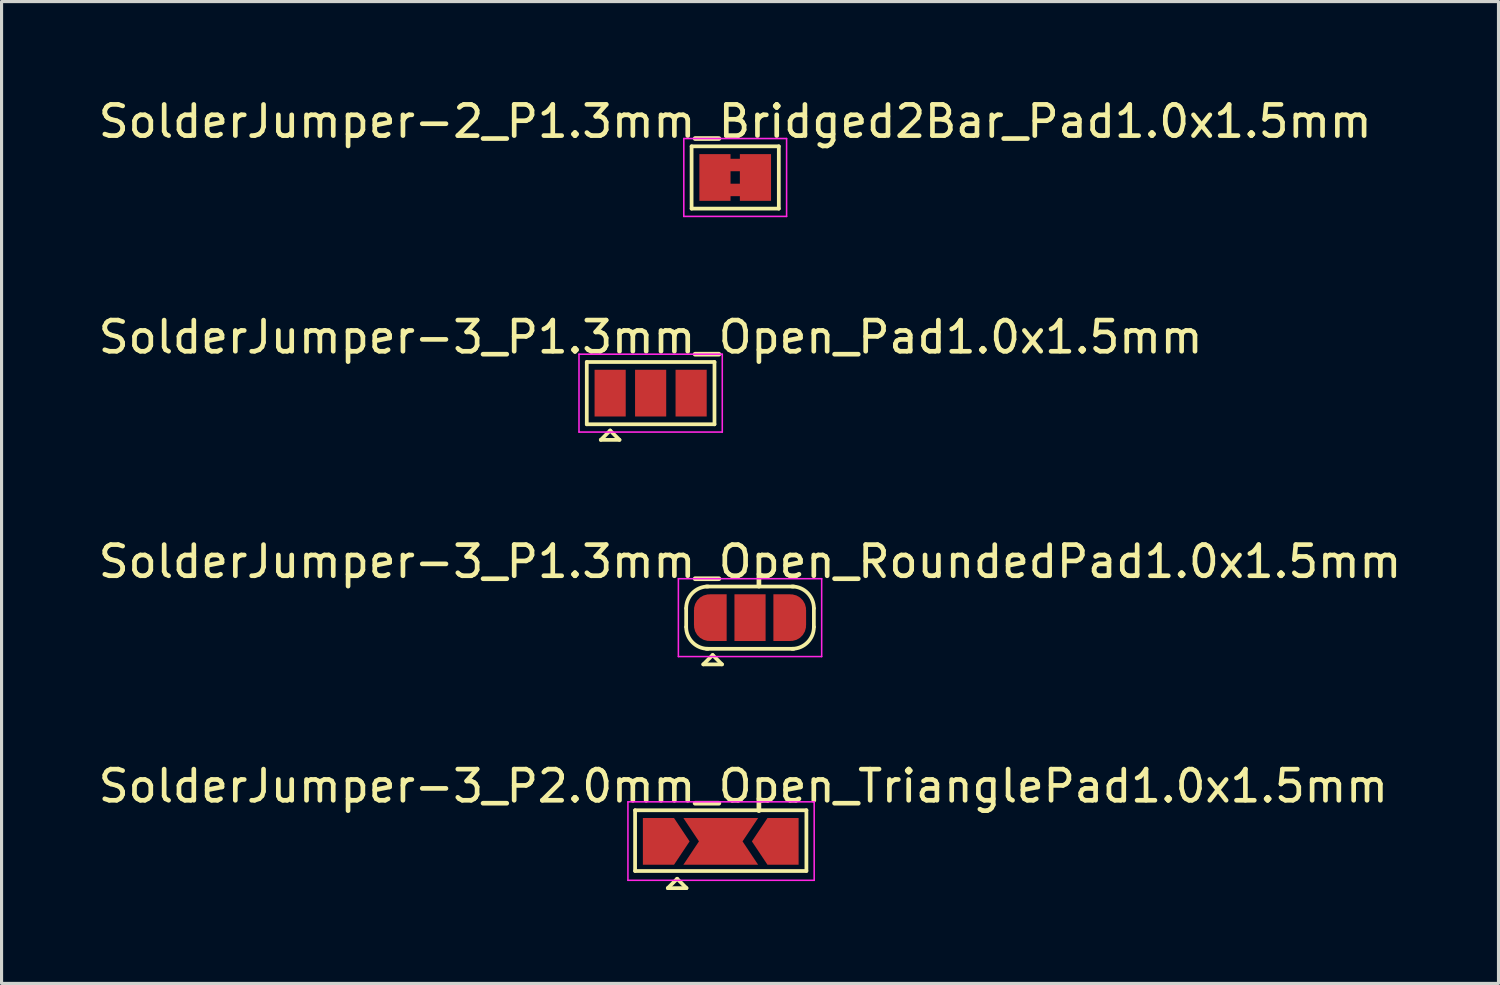
<source format=kicad_pcb>
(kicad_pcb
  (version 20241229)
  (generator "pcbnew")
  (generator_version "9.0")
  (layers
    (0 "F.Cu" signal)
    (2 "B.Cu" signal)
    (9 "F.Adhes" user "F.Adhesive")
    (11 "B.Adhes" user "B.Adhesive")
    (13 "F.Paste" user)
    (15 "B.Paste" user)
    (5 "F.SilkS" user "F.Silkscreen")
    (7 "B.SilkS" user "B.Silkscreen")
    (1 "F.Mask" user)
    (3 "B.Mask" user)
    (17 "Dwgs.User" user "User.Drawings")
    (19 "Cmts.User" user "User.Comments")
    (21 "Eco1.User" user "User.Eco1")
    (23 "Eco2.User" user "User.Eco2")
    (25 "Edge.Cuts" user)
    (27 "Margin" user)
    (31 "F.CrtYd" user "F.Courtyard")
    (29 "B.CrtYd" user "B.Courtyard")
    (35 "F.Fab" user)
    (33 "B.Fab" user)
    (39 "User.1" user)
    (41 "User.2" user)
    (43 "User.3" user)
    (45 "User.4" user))
  (footprint "SolderJumper-2_P1.3mm_Bridged2Bar_Pad1.0x1.5mm"
    (layer "F.Cu")
    (at 20.554 2.648)
    (property "Reference" "SolderJumper-2_P1.3mm_Bridged2Bar_Pad1.0x1.5mm" (at 0 -1.8 0) (layer "F.SilkS") (effects (font (size 1 1) (thickness 0.15))))
    (attr exclude_from_pos_files exclude_from_bom)
    (fp_poly (pts (xy -0.25 -0.6) (xy 0.25 -0.6) (xy 0.25 -0.2) (xy -0.25 -0.2)) (stroke (width 0) (type solid)) (fill yes) (layer "F.Cu"))
    (fp_poly (pts (xy -0.25 0.2) (xy 0.25 0.2) (xy 0.25 0.6) (xy -0.25 0.6)) (stroke (width 0) (type solid)) (fill yes) (layer "F.Cu"))
    (fp_line (start -1.4 -1) (end 1.4 -1) (stroke (width 0.12) (type solid)) (layer "F.SilkS"))
    (fp_line (start -1.4 1) (end -1.4 -1) (stroke (width 0.12) (type solid)) (layer "F.SilkS"))
    (fp_line (start 1.4 -1) (end 1.4 1) (stroke (width 0.12) (type solid)) (layer "F.SilkS"))
    (fp_line (start 1.4 1) (end -1.4 1) (stroke (width 0.12) (type solid)) (layer "F.SilkS"))
    (fp_line (start -1.65 -1.25) (end -1.65 1.25) (stroke (width 0.05) (type solid)) (layer "F.CrtYd"))
    (fp_line (start -1.65 -1.25) (end 1.65 -1.25) (stroke (width 0.05) (type solid)) (layer "F.CrtYd"))
    (fp_line (start 1.65 1.25) (end -1.65 1.25) (stroke (width 0.05) (type solid)) (layer "F.CrtYd"))
    (fp_line (start 1.65 1.25) (end 1.65 -1.25) (stroke (width 0.05) (type solid)) (layer "F.CrtYd"))
    (pad "1" smd rect (at -0.65 0) (size 1 1.5) (layers "F.Cu" "F.Mask"))
    (pad "2" smd rect (at 0.65 0) (size 1 1.5) (layers "F.Cu" "F.Mask")))
  (footprint "SolderJumper-3_P1.3mm_Open_RoundedPad1.0x1.5mm"
    (layer "F.Cu")
    (at 21.03 16.78)
    (property "Reference" "SolderJumper-3_P1.3mm_Open_RoundedPad1.0x1.5mm" (at 0 -1.8 0) (layer "F.SilkS") (effects (font (size 1 1) (thickness 0.15))))
    (attr exclude_from_pos_files exclude_from_bom)
    (fp_line (start -2.05 0.3) (end -2.05 -0.3) (stroke (width 0.12) (type solid)) (layer "F.SilkS"))
    (fp_line (start -1.5 1.5) (end -0.9 1.5) (stroke (width 0.12) (type solid)) (layer "F.SilkS"))
    (fp_line (start -1.4 -1) (end 1.4 -1) (stroke (width 0.12) (type solid)) (layer "F.SilkS"))
    (fp_line (start -1.2 1.2) (end -1.5 1.5) (stroke (width 0.12) (type solid)) (layer "F.SilkS"))
    (fp_line (start -1.2 1.2) (end -0.9 1.5) (stroke (width 0.12) (type solid)) (layer "F.SilkS"))
    (fp_line (start 1.4 1) (end -1.4 1) (stroke (width 0.12) (type solid)) (layer "F.SilkS"))
    (fp_line (start 2.05 -0.3) (end 2.05 0.3) (stroke (width 0.12) (type solid)) (layer "F.SilkS"))
    (fp_arc (start -2.05 -0.3) (mid -1.844975 -0.794975) (end -1.35 -1) (stroke (width 0.12) (type solid)) (layer "F.SilkS"))
    (fp_arc (start -1.35 1) (mid -1.844975 0.794975) (end -2.05 0.3) (stroke (width 0.12) (type solid)) (layer "F.SilkS"))
    (fp_arc (start 1.35 -1) (mid 1.844975 -0.794975) (end 2.05 -0.3) (stroke (width 0.12) (type solid)) (layer "F.SilkS"))
    (fp_arc (start 2.05 0.3) (mid 1.844975 0.794975) (end 1.35 1) (stroke (width 0.12) (type solid)) (layer "F.SilkS"))
    (fp_line (start -2.3 -1.25) (end -2.3 1.25) (stroke (width 0.05) (type solid)) (layer "F.CrtYd"))
    (fp_line (start -2.3 -1.25) (end 2.3 -1.25) (stroke (width 0.05) (type solid)) (layer "F.CrtYd"))
    (fp_line (start 2.3 1.25) (end -2.3 1.25) (stroke (width 0.05) (type solid)) (layer "F.CrtYd"))
    (fp_line (start 2.3 1.25) (end 2.3 -1.25) (stroke (width 0.05) (type solid)) (layer "F.CrtYd"))
    (pad "1" smd custom (at -1.3 0) (size 1 0.5) (layers "F.Cu" "F.Mask") (options (anchor rect)) (primitives (gr_circle (center 0 0.25) (end 0.5 0.25) (width 0) (fill yes)) (gr_circle (center 0 -0.25) (end 0.5 -0.25) (width 0) (fill yes)) (gr_poly (pts (xy 0.55 0.75) (xy 0 0.75) (xy 0 -0.75) (xy 0.55 -0.75)) (width 0) (fill yes))))
    (pad "2" smd rect (at 0 0) (size 1 1.5) (layers "F.Cu" "F.Mask"))
    (pad "3" smd custom (at 1.3 0) (size 1 0.5) (layers "F.Cu" "F.Mask") (options (anchor rect)) (primitives (gr_circle (center 0 0.25) (end 0.5 0.25) (width 0) (fill yes)) (gr_circle (center 0 -0.25) (end 0.5 -0.25) (width 0) (fill yes)) (gr_poly (pts (xy 0 0.75) (xy -0.55 0.75) (xy -0.55 -0.75) (xy 0 -0.75)) (width 0) (fill yes)))))
  (footprint "SolderJumper-3_P1.3mm_Open_Pad1.0x1.5mm"
    (layer "F.Cu")
    (at 17.839 9.572)
    (property "Reference" "SolderJumper-3_P1.3mm_Open_Pad1.0x1.5mm" (at 0 -1.8 0) (layer "F.SilkS") (effects (font (size 1 1) (thickness 0.15))))
    (attr exclude_from_pos_files exclude_from_bom)
    (fp_line (start -2.05 -1) (end 2.05 -1) (stroke (width 0.12) (type solid)) (layer "F.SilkS"))
    (fp_line (start -2.05 1) (end -2.05 -1) (stroke (width 0.12) (type solid)) (layer "F.SilkS"))
    (fp_line (start -1.6 1.5) (end -1 1.5) (stroke (width 0.12) (type solid)) (layer "F.SilkS"))
    (fp_line (start -1.3 1.2) (end -1.6 1.5) (stroke (width 0.12) (type solid)) (layer "F.SilkS"))
    (fp_line (start -1.3 1.2) (end -1 1.5) (stroke (width 0.12) (type solid)) (layer "F.SilkS"))
    (fp_line (start 2.05 -1) (end 2.05 1) (stroke (width 0.12) (type solid)) (layer "F.SilkS"))
    (fp_line (start 2.05 1) (end -2.05 1) (stroke (width 0.12) (type solid)) (layer "F.SilkS"))
    (fp_line (start -2.3 -1.25) (end -2.3 1.25) (stroke (width 0.05) (type solid)) (layer "F.CrtYd"))
    (fp_line (start -2.3 -1.25) (end 2.3 -1.25) (stroke (width 0.05) (type solid)) (layer "F.CrtYd"))
    (fp_line (start 2.3 1.25) (end -2.3 1.25) (stroke (width 0.05) (type solid)) (layer "F.CrtYd"))
    (fp_line (start 2.3 1.25) (end 2.3 -1.25) (stroke (width 0.05) (type solid)) (layer "F.CrtYd"))
    (pad "1" smd rect (at -1.3 0) (size 1 1.5) (layers "F.Cu" "F.Mask"))
    (pad "2" smd rect (at 0 0) (size 1 1.5) (layers "F.Cu" "F.Mask"))
    (pad "3" smd rect (at 1.3 0) (size 1 1.5) (layers "F.Cu" "F.Mask")))
  (footprint "SolderJumper-3_P2.0mm_Open_TrianglePad1.0x1.5mm"
    (layer "F.Cu")
    (at 20.09 23.963)
    (property "Reference" "SolderJumper-3_P2.0mm_Open_TrianglePad1.0x1.5mm" (at 0.725 -1.775 0) (layer "F.SilkS") (effects (font (size 1 1) (thickness 0.15))))
    (attr exclude_from_pos_files exclude_from_bom)
    (fp_line (start -2.75 -1) (end 2.75 -1) (stroke (width 0.12) (type solid)) (layer "F.SilkS"))
    (fp_line (start -2.75 0.95) (end -2.75 -1) (stroke (width 0.12) (type solid)) (layer "F.SilkS"))
    (fp_line (start -1.7 1.5) (end -1.1 1.5) (stroke (width 0.12) (type solid)) (layer "F.SilkS"))
    (fp_line (start -1.4 1.2) (end -1.7 1.5) (stroke (width 0.12) (type solid)) (layer "F.SilkS"))
    (fp_line (start -1.1 1.5) (end -1.4 1.2) (stroke (width 0.12) (type solid)) (layer "F.SilkS"))
    (fp_line (start 2.75 -1) (end 2.75 0.95) (stroke (width 0.12) (type solid)) (layer "F.SilkS"))
    (fp_line (start 2.75 0.95) (end -2.75 0.95) (stroke (width 0.12) (type solid)) (layer "F.SilkS"))
    (fp_line (start -2.98 -1.27) (end -2.98 1.25) (stroke (width 0.05) (type solid)) (layer "F.CrtYd"))
    (fp_line (start -2.98 -1.27) (end 3 -1.27) (stroke (width 0.05) (type solid)) (layer "F.CrtYd"))
    (fp_line (start 3 1.25) (end -2.98 1.25) (stroke (width 0.05) (type solid)) (layer "F.CrtYd"))
    (fp_line (start 3 1.25) (end 3 -1.27) (stroke (width 0.05) (type solid)) (layer "F.CrtYd"))
    (pad "" smd rect (at -1.2 0) (size 1.5 1.5) (layers "F.Mask"))
    (pad "" smd rect (at 1.2 0) (size 1.5 1.5) (layers "F.Mask"))
    (pad "1" smd custom (at -2 0) (size 0.3 0.3) (layers "F.Cu" "F.Mask") (options (anchor rect)) (primitives (gr_poly (pts (xy 1 0) (xy 0.5 0.75) (xy -0.5 0.75) (xy -0.5 -0.75) (xy 0.5 -0.75)) (width 0) (fill yes))))
    (pad "2" smd custom (at 0 0) (size 0.3 0.3) (layers "F.Cu") (options (anchor rect)) (primitives (gr_poly (pts (xy 0.7 0) (xy 1.2 0.75) (xy -1.2 0.75) (xy -0.7 0) (xy -1.2 -0.75) (xy 1.2 -0.75)) (width 0) (fill yes))))
    (pad "3" smd custom (at 2 0 180) (size 0.3 0.3) (layers "F.Cu" "F.Mask") (options (anchor rect)) (primitives (gr_poly (pts (xy 1 0) (xy 0.5 0.75) (xy -0.5 0.75) (xy -0.5 -0.75) (xy 0.5 -0.75)) (width 0) (fill yes)))))
  (gr_rect
    (start -3 -3)
    (end 45.06 28.523)
    (stroke (width 0.1) (type default))
    (fill no)
    (layer "Edge.Cuts")))
</source>
